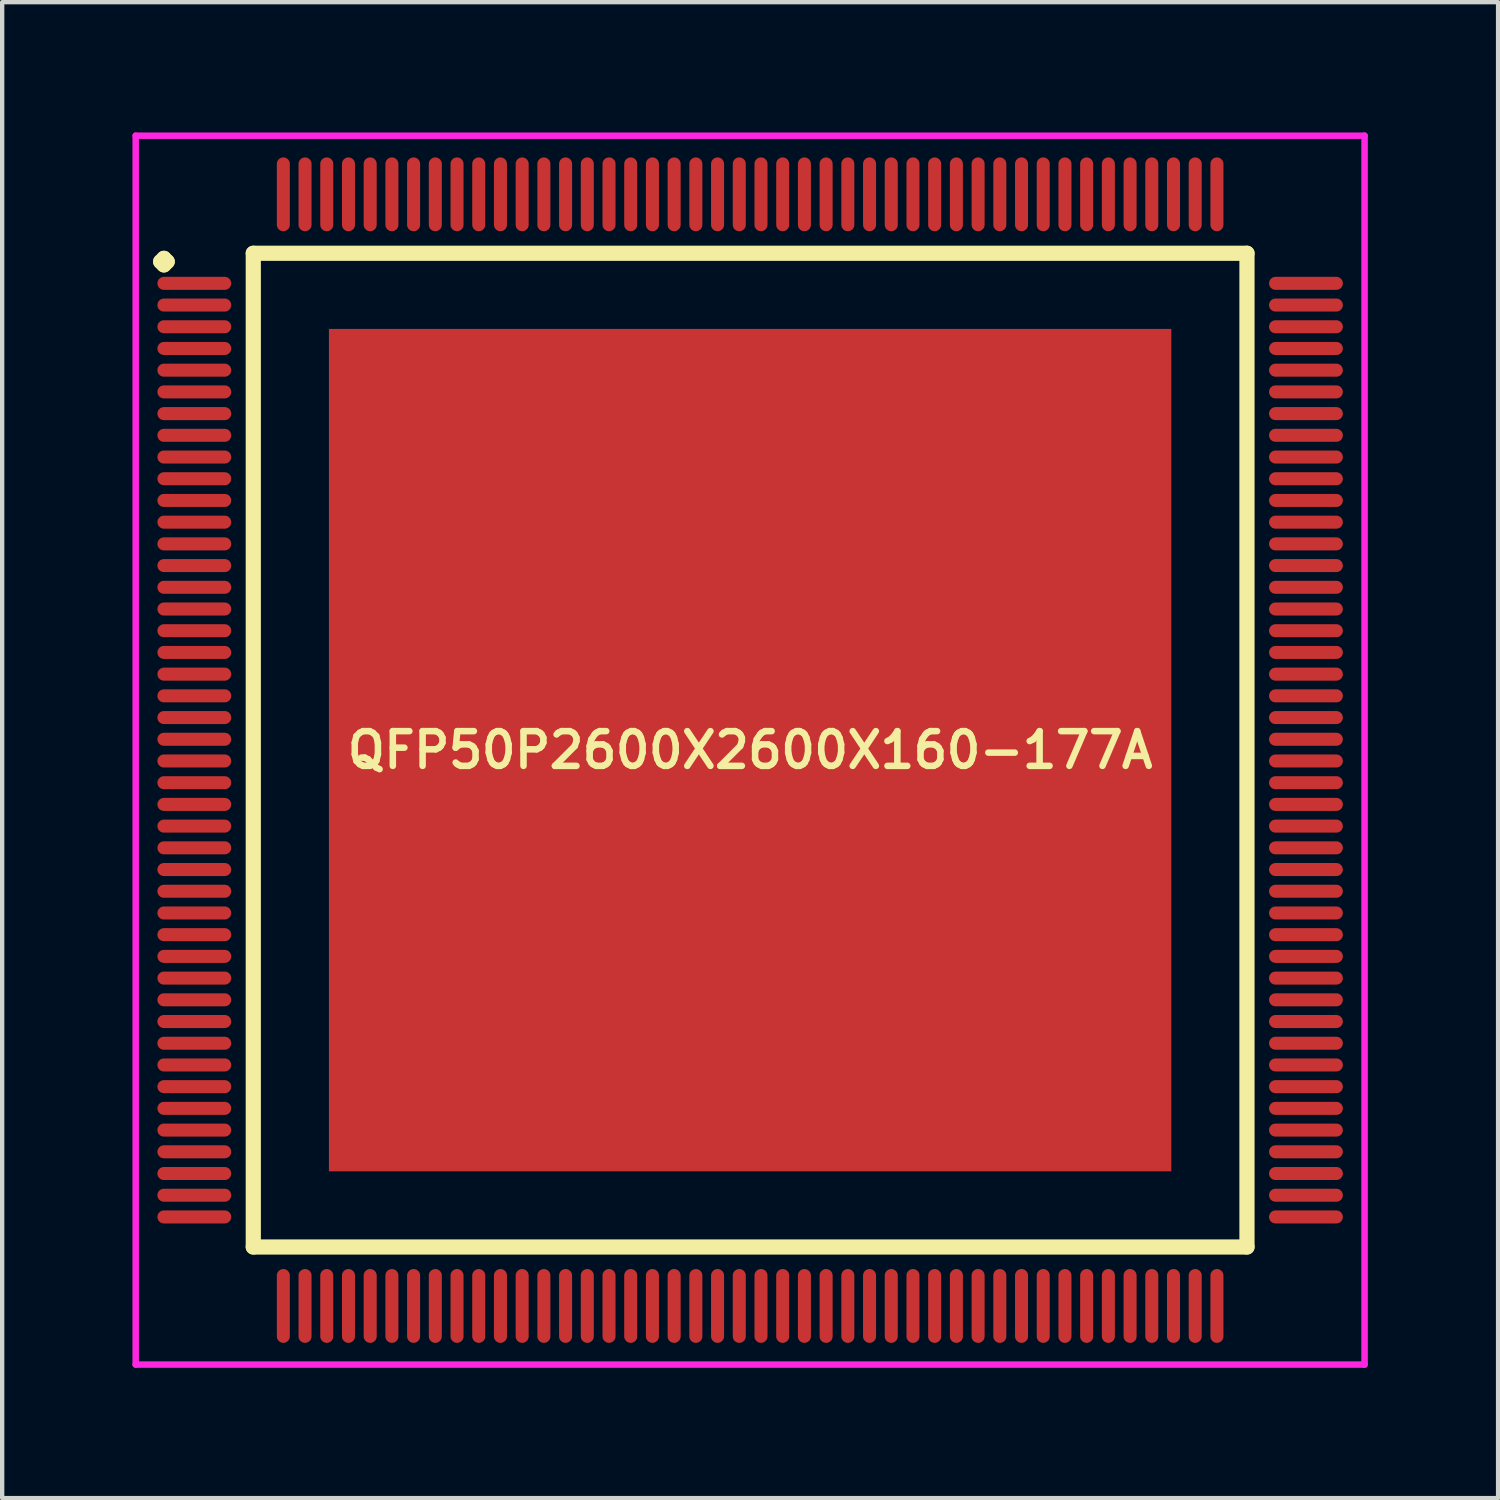
<source format=kicad_pcb>
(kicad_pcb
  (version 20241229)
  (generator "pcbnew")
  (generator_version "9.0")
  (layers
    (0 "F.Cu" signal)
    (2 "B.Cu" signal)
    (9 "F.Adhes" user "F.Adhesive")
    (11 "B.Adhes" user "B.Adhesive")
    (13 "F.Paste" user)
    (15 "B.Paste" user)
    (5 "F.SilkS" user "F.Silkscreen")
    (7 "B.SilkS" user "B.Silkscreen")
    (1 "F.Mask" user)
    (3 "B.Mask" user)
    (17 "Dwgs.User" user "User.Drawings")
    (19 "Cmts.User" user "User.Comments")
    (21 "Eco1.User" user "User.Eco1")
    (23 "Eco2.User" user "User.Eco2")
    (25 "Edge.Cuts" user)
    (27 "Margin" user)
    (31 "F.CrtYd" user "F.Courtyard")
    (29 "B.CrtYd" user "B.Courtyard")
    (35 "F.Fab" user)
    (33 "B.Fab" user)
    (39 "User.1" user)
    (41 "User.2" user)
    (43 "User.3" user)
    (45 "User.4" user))
  (footprint "QFP50P2600X2600X160-177A"
    (layer "F.Cu")
    (at 14.225 14.225)
    (property "Reference" "QFP50P2600X2600X160-177A" (at 0 0 0) (layer "F.SilkS") (effects (font (size 0.8 0.8) (thickness 0.15))))
    (attr through_hole)
    (fp_line (start -13.575 -11.25) (end -13.5 -11.325) (stroke (width 0.35) (type solid)) (layer "F.SilkS"))
    (fp_line (start -13.5 -11.325) (end -13.425 -11.25) (stroke (width 0.35) (type solid)) (layer "F.SilkS"))
    (fp_line (start -13.5 -11.175) (end -13.575 -11.25) (stroke (width 0.35) (type solid)) (layer "F.SilkS"))
    (fp_line (start -13.425 -11.25) (end -13.5 -11.175) (stroke (width 0.35) (type solid)) (layer "F.SilkS"))
    (fp_line (start -11.442 -11.442) (end -11.442 11.442) (stroke (width 0.35) (type solid)) (layer "F.SilkS"))
    (fp_line (start -11.442 11.442) (end 11.442 11.442) (stroke (width 0.35) (type solid)) (layer "F.SilkS"))
    (fp_line (start 11.442 -11.442) (end -11.442 -11.442) (stroke (width 0.35) (type solid)) (layer "F.SilkS"))
    (fp_line (start 11.442 11.442) (end 11.442 -11.442) (stroke (width 0.35) (type solid)) (layer "F.SilkS"))
    (fp_line (start -14.15 -14.15) (end 14.15 -14.15) (stroke (width 0.15) (type solid)) (layer "F.CrtYd"))
    (fp_line (start -14.15 14.15) (end -14.15 -14.15) (stroke (width 0.15) (type solid)) (layer "F.CrtYd"))
    (fp_line (start 14.15 -14.15) (end 14.15 14.15) (stroke (width 0.15) (type solid)) (layer "F.CrtYd"))
    (fp_line (start 14.15 14.15) (end -14.15 14.15) (stroke (width 0.15) (type solid)) (layer "F.CrtYd"))
    (pad "1" smd oval (at -12.8 -10.75) (size 1.7 0.3) (layers "F.Cu" "F.Mask" "F.Paste"))
    (pad "2" smd oval (at -12.8 -10.25) (size 1.7 0.3) (layers "F.Cu" "F.Mask" "F.Paste"))
    (pad "3" smd oval (at -12.8 -9.75) (size 1.7 0.3) (layers "F.Cu" "F.Mask" "F.Paste"))
    (pad "4" smd oval (at -12.8 -9.25) (size 1.7 0.3) (layers "F.Cu" "F.Mask" "F.Paste"))
    (pad "5" smd oval (at -12.8 -8.75) (size 1.7 0.3) (layers "F.Cu" "F.Mask" "F.Paste"))
    (pad "6" smd oval (at -12.8 -8.25) (size 1.7 0.3) (layers "F.Cu" "F.Mask" "F.Paste"))
    (pad "7" smd oval (at -12.8 -7.75) (size 1.7 0.3) (layers "F.Cu" "F.Mask" "F.Paste"))
    (pad "8" smd oval (at -12.8 -7.25) (size 1.7 0.3) (layers "F.Cu" "F.Mask" "F.Paste"))
    (pad "9" smd oval (at -12.8 -6.75) (size 1.7 0.3) (layers "F.Cu" "F.Mask" "F.Paste"))
    (pad "10" smd oval (at -12.8 -6.25) (size 1.7 0.3) (layers "F.Cu" "F.Mask" "F.Paste"))
    (pad "11" smd oval (at -12.8 -5.75) (size 1.7 0.3) (layers "F.Cu" "F.Mask" "F.Paste"))
    (pad "12" smd oval (at -12.8 -5.25) (size 1.7 0.3) (layers "F.Cu" "F.Mask" "F.Paste"))
    (pad "13" smd oval (at -12.8 -4.75) (size 1.7 0.3) (layers "F.Cu" "F.Mask" "F.Paste"))
    (pad "14" smd oval (at -12.8 -4.25) (size 1.7 0.3) (layers "F.Cu" "F.Mask" "F.Paste"))
    (pad "15" smd oval (at -12.8 -3.75) (size 1.7 0.3) (layers "F.Cu" "F.Mask" "F.Paste"))
    (pad "16" smd oval (at -12.8 -3.25) (size 1.7 0.3) (layers "F.Cu" "F.Mask" "F.Paste"))
    (pad "17" smd oval (at -12.8 -2.75) (size 1.7 0.3) (layers "F.Cu" "F.Mask" "F.Paste"))
    (pad "18" smd oval (at -12.8 -2.25) (size 1.7 0.3) (layers "F.Cu" "F.Mask" "F.Paste"))
    (pad "19" smd oval (at -12.8 -1.75) (size 1.7 0.3) (layers "F.Cu" "F.Mask" "F.Paste"))
    (pad "20" smd oval (at -12.8 -1.25) (size 1.7 0.3) (layers "F.Cu" "F.Mask" "F.Paste"))
    (pad "21" smd oval (at -12.8 -0.75) (size 1.7 0.3) (layers "F.Cu" "F.Mask" "F.Paste"))
    (pad "22" smd oval (at -12.8 -0.25) (size 1.7 0.3) (layers "F.Cu" "F.Mask" "F.Paste"))
    (pad "23" smd oval (at -12.8 0.25) (size 1.7 0.3) (layers "F.Cu" "F.Mask" "F.Paste"))
    (pad "24" smd oval (at -12.8 0.75) (size 1.7 0.3) (layers "F.Cu" "F.Mask" "F.Paste"))
    (pad "25" smd oval (at -12.8 1.25) (size 1.7 0.3) (layers "F.Cu" "F.Mask" "F.Paste"))
    (pad "26" smd oval (at -12.8 1.75) (size 1.7 0.3) (layers "F.Cu" "F.Mask" "F.Paste"))
    (pad "27" smd oval (at -12.8 2.25) (size 1.7 0.3) (layers "F.Cu" "F.Mask" "F.Paste"))
    (pad "28" smd oval (at -12.8 2.75) (size 1.7 0.3) (layers "F.Cu" "F.Mask" "F.Paste"))
    (pad "29" smd oval (at -12.8 3.25) (size 1.7 0.3) (layers "F.Cu" "F.Mask" "F.Paste"))
    (pad "30" smd oval (at -12.8 3.75) (size 1.7 0.3) (layers "F.Cu" "F.Mask" "F.Paste"))
    (pad "31" smd oval (at -12.8 4.25) (size 1.7 0.3) (layers "F.Cu" "F.Mask" "F.Paste"))
    (pad "32" smd oval (at -12.8 4.75) (size 1.7 0.3) (layers "F.Cu" "F.Mask" "F.Paste"))
    (pad "33" smd oval (at -12.8 5.25) (size 1.7 0.3) (layers "F.Cu" "F.Mask" "F.Paste"))
    (pad "34" smd oval (at -12.8 5.75) (size 1.7 0.3) (layers "F.Cu" "F.Mask" "F.Paste"))
    (pad "35" smd oval (at -12.8 6.25) (size 1.7 0.3) (layers "F.Cu" "F.Mask" "F.Paste"))
    (pad "36" smd oval (at -12.8 6.75) (size 1.7 0.3) (layers "F.Cu" "F.Mask" "F.Paste"))
    (pad "37" smd oval (at -12.8 7.25) (size 1.7 0.3) (layers "F.Cu" "F.Mask" "F.Paste"))
    (pad "38" smd oval (at -12.8 7.75) (size 1.7 0.3) (layers "F.Cu" "F.Mask" "F.Paste"))
    (pad "39" smd oval (at -12.8 8.25) (size 1.7 0.3) (layers "F.Cu" "F.Mask" "F.Paste"))
    (pad "40" smd oval (at -12.8 8.75) (size 1.7 0.3) (layers "F.Cu" "F.Mask" "F.Paste"))
    (pad "41" smd oval (at -12.8 9.25) (size 1.7 0.3) (layers "F.Cu" "F.Mask" "F.Paste"))
    (pad "42" smd oval (at -12.8 9.75) (size 1.7 0.3) (layers "F.Cu" "F.Mask" "F.Paste"))
    (pad "43" smd oval (at -12.8 10.25) (size 1.7 0.3) (layers "F.Cu" "F.Mask" "F.Paste"))
    (pad "44" smd oval (at -12.8 10.75) (size 1.7 0.3) (layers "F.Cu" "F.Mask" "F.Paste"))
    (pad "45" smd oval (at -10.75 12.8) (size 0.3 1.7) (layers "F.Cu" "F.Mask" "F.Paste"))
    (pad "46" smd oval (at -10.25 12.8) (size 0.3 1.7) (layers "F.Cu" "F.Mask" "F.Paste"))
    (pad "47" smd oval (at -9.75 12.8) (size 0.3 1.7) (layers "F.Cu" "F.Mask" "F.Paste"))
    (pad "48" smd oval (at -9.25 12.8) (size 0.3 1.7) (layers "F.Cu" "F.Mask" "F.Paste"))
    (pad "49" smd oval (at -8.75 12.8) (size 0.3 1.7) (layers "F.Cu" "F.Mask" "F.Paste"))
    (pad "50" smd oval (at -8.25 12.8) (size 0.3 1.7) (layers "F.Cu" "F.Mask" "F.Paste"))
    (pad "51" smd oval (at -7.75 12.8) (size 0.3 1.7) (layers "F.Cu" "F.Mask" "F.Paste"))
    (pad "52" smd oval (at -7.25 12.8) (size 0.3 1.7) (layers "F.Cu" "F.Mask" "F.Paste"))
    (pad "53" smd oval (at -6.75 12.8) (size 0.3 1.7) (layers "F.Cu" "F.Mask" "F.Paste"))
    (pad "54" smd oval (at -6.25 12.8) (size 0.3 1.7) (layers "F.Cu" "F.Mask" "F.Paste"))
    (pad "55" smd oval (at -5.75 12.8) (size 0.3 1.7) (layers "F.Cu" "F.Mask" "F.Paste"))
    (pad "56" smd oval (at -5.25 12.8) (size 0.3 1.7) (layers "F.Cu" "F.Mask" "F.Paste"))
    (pad "57" smd oval (at -4.75 12.8) (size 0.3 1.7) (layers "F.Cu" "F.Mask" "F.Paste"))
    (pad "58" smd oval (at -4.25 12.8) (size 0.3 1.7) (layers "F.Cu" "F.Mask" "F.Paste"))
    (pad "59" smd oval (at -3.75 12.8) (size 0.3 1.7) (layers "F.Cu" "F.Mask" "F.Paste"))
    (pad "60" smd oval (at -3.25 12.8) (size 0.3 1.7) (layers "F.Cu" "F.Mask" "F.Paste"))
    (pad "61" smd oval (at -2.75 12.8) (size 0.3 1.7) (layers "F.Cu" "F.Mask" "F.Paste"))
    (pad "62" smd oval (at -2.25 12.8) (size 0.3 1.7) (layers "F.Cu" "F.Mask" "F.Paste"))
    (pad "63" smd oval (at -1.75 12.8) (size 0.3 1.7) (layers "F.Cu" "F.Mask" "F.Paste"))
    (pad "64" smd oval (at -1.25 12.8) (size 0.3 1.7) (layers "F.Cu" "F.Mask" "F.Paste"))
    (pad "65" smd oval (at -0.75 12.8) (size 0.3 1.7) (layers "F.Cu" "F.Mask" "F.Paste"))
    (pad "66" smd oval (at -0.25 12.8) (size 0.3 1.7) (layers "F.Cu" "F.Mask" "F.Paste"))
    (pad "67" smd oval (at 0.25 12.8) (size 0.3 1.7) (layers "F.Cu" "F.Mask" "F.Paste"))
    (pad "68" smd oval (at 0.75 12.8) (size 0.3 1.7) (layers "F.Cu" "F.Mask" "F.Paste"))
    (pad "69" smd oval (at 1.25 12.8) (size 0.3 1.7) (layers "F.Cu" "F.Mask" "F.Paste"))
    (pad "70" smd oval (at 1.75 12.8) (size 0.3 1.7) (layers "F.Cu" "F.Mask" "F.Paste"))
    (pad "71" smd oval (at 2.25 12.8) (size 0.3 1.7) (layers "F.Cu" "F.Mask" "F.Paste"))
    (pad "72" smd oval (at 2.75 12.8) (size 0.3 1.7) (layers "F.Cu" "F.Mask" "F.Paste"))
    (pad "73" smd oval (at 3.25 12.8) (size 0.3 1.7) (layers "F.Cu" "F.Mask" "F.Paste"))
    (pad "74" smd oval (at 3.75 12.8) (size 0.3 1.7) (layers "F.Cu" "F.Mask" "F.Paste"))
    (pad "75" smd oval (at 4.25 12.8) (size 0.3 1.7) (layers "F.Cu" "F.Mask" "F.Paste"))
    (pad "76" smd oval (at 4.75 12.8) (size 0.3 1.7) (layers "F.Cu" "F.Mask" "F.Paste"))
    (pad "77" smd oval (at 5.25 12.8) (size 0.3 1.7) (layers "F.Cu" "F.Mask" "F.Paste"))
    (pad "78" smd oval (at 5.75 12.8) (size 0.3 1.7) (layers "F.Cu" "F.Mask" "F.Paste"))
    (pad "79" smd oval (at 6.25 12.8) (size 0.3 1.7) (layers "F.Cu" "F.Mask" "F.Paste"))
    (pad "80" smd oval (at 6.75 12.8) (size 0.3 1.7) (layers "F.Cu" "F.Mask" "F.Paste"))
    (pad "81" smd oval (at 7.25 12.8) (size 0.3 1.7) (layers "F.Cu" "F.Mask" "F.Paste"))
    (pad "82" smd oval (at 7.75 12.8) (size 0.3 1.7) (layers "F.Cu" "F.Mask" "F.Paste"))
    (pad "83" smd oval (at 8.25 12.8) (size 0.3 1.7) (layers "F.Cu" "F.Mask" "F.Paste"))
    (pad "84" smd oval (at 8.75 12.8) (size 0.3 1.7) (layers "F.Cu" "F.Mask" "F.Paste"))
    (pad "85" smd oval (at 9.25 12.8) (size 0.3 1.7) (layers "F.Cu" "F.Mask" "F.Paste"))
    (pad "86" smd oval (at 9.75 12.8) (size 0.3 1.7) (layers "F.Cu" "F.Mask" "F.Paste"))
    (pad "87" smd oval (at 10.25 12.8) (size 0.3 1.7) (layers "F.Cu" "F.Mask" "F.Paste"))
    (pad "88" smd oval (at 10.75 12.8) (size 0.3 1.7) (layers "F.Cu" "F.Mask" "F.Paste"))
    (pad "89" smd oval (at 12.8 10.75) (size 1.7 0.3) (layers "F.Cu" "F.Mask" "F.Paste"))
    (pad "90" smd oval (at 12.8 10.25) (size 1.7 0.3) (layers "F.Cu" "F.Mask" "F.Paste"))
    (pad "91" smd oval (at 12.8 9.75) (size 1.7 0.3) (layers "F.Cu" "F.Mask" "F.Paste"))
    (pad "92" smd oval (at 12.8 9.25) (size 1.7 0.3) (layers "F.Cu" "F.Mask" "F.Paste"))
    (pad "93" smd oval (at 12.8 8.75) (size 1.7 0.3) (layers "F.Cu" "F.Mask" "F.Paste"))
    (pad "94" smd oval (at 12.8 8.25) (size 1.7 0.3) (layers "F.Cu" "F.Mask" "F.Paste"))
    (pad "95" smd oval (at 12.8 7.75) (size 1.7 0.3) (layers "F.Cu" "F.Mask" "F.Paste"))
    (pad "96" smd oval (at 12.8 7.25) (size 1.7 0.3) (layers "F.Cu" "F.Mask" "F.Paste"))
    (pad "97" smd oval (at 12.8 6.75) (size 1.7 0.3) (layers "F.Cu" "F.Mask" "F.Paste"))
    (pad "98" smd oval (at 12.8 6.25) (size 1.7 0.3) (layers "F.Cu" "F.Mask" "F.Paste"))
    (pad "99" smd oval (at 12.8 5.75) (size 1.7 0.3) (layers "F.Cu" "F.Mask" "F.Paste"))
    (pad "100" smd oval (at 12.8 5.25) (size 1.7 0.3) (layers "F.Cu" "F.Mask" "F.Paste"))
    (pad "101" smd oval (at 12.8 4.75) (size 1.7 0.3) (layers "F.Cu" "F.Mask" "F.Paste"))
    (pad "102" smd oval (at 12.8 4.25) (size 1.7 0.3) (layers "F.Cu" "F.Mask" "F.Paste"))
    (pad "103" smd oval (at 12.8 3.75) (size 1.7 0.3) (layers "F.Cu" "F.Mask" "F.Paste"))
    (pad "104" smd oval (at 12.8 3.25) (size 1.7 0.3) (layers "F.Cu" "F.Mask" "F.Paste"))
    (pad "105" smd oval (at 12.8 2.75) (size 1.7 0.3) (layers "F.Cu" "F.Mask" "F.Paste"))
    (pad "106" smd oval (at 12.8 2.25) (size 1.7 0.3) (layers "F.Cu" "F.Mask" "F.Paste"))
    (pad "107" smd oval (at 12.8 1.75) (size 1.7 0.3) (layers "F.Cu" "F.Mask" "F.Paste"))
    (pad "108" smd oval (at 12.8 1.25) (size 1.7 0.3) (layers "F.Cu" "F.Mask" "F.Paste"))
    (pad "109" smd oval (at 12.8 0.75) (size 1.7 0.3) (layers "F.Cu" "F.Mask" "F.Paste"))
    (pad "110" smd oval (at 12.8 0.25) (size 1.7 0.3) (layers "F.Cu" "F.Mask" "F.Paste"))
    (pad "111" smd oval (at 12.8 -0.25) (size 1.7 0.3) (layers "F.Cu" "F.Mask" "F.Paste"))
    (pad "112" smd oval (at 12.8 -0.75) (size 1.7 0.3) (layers "F.Cu" "F.Mask" "F.Paste"))
    (pad "113" smd oval (at 12.8 -1.25) (size 1.7 0.3) (layers "F.Cu" "F.Mask" "F.Paste"))
    (pad "114" smd oval (at 12.8 -1.75) (size 1.7 0.3) (layers "F.Cu" "F.Mask" "F.Paste"))
    (pad "115" smd oval (at 12.8 -2.25) (size 1.7 0.3) (layers "F.Cu" "F.Mask" "F.Paste"))
    (pad "116" smd oval (at 12.8 -2.75) (size 1.7 0.3) (layers "F.Cu" "F.Mask" "F.Paste"))
    (pad "117" smd oval (at 12.8 -3.25) (size 1.7 0.3) (layers "F.Cu" "F.Mask" "F.Paste"))
    (pad "118" smd oval (at 12.8 -3.75) (size 1.7 0.3) (layers "F.Cu" "F.Mask" "F.Paste"))
    (pad "119" smd oval (at 12.8 -4.25) (size 1.7 0.3) (layers "F.Cu" "F.Mask" "F.Paste"))
    (pad "120" smd oval (at 12.8 -4.75) (size 1.7 0.3) (layers "F.Cu" "F.Mask" "F.Paste"))
    (pad "121" smd oval (at 12.8 -5.25) (size 1.7 0.3) (layers "F.Cu" "F.Mask" "F.Paste"))
    (pad "122" smd oval (at 12.8 -5.75) (size 1.7 0.3) (layers "F.Cu" "F.Mask" "F.Paste"))
    (pad "123" smd oval (at 12.8 -6.25) (size 1.7 0.3) (layers "F.Cu" "F.Mask" "F.Paste"))
    (pad "124" smd oval (at 12.8 -6.75) (size 1.7 0.3) (layers "F.Cu" "F.Mask" "F.Paste"))
    (pad "125" smd oval (at 12.8 -7.25) (size 1.7 0.3) (layers "F.Cu" "F.Mask" "F.Paste"))
    (pad "126" smd oval (at 12.8 -7.75) (size 1.7 0.3) (layers "F.Cu" "F.Mask" "F.Paste"))
    (pad "127" smd oval (at 12.8 -8.25) (size 1.7 0.3) (layers "F.Cu" "F.Mask" "F.Paste"))
    (pad "128" smd oval (at 12.8 -8.75) (size 1.7 0.3) (layers "F.Cu" "F.Mask" "F.Paste"))
    (pad "129" smd oval (at 12.8 -9.25) (size 1.7 0.3) (layers "F.Cu" "F.Mask" "F.Paste"))
    (pad "130" smd oval (at 12.8 -9.75) (size 1.7 0.3) (layers "F.Cu" "F.Mask" "F.Paste"))
    (pad "131" smd oval (at 12.8 -10.25) (size 1.7 0.3) (layers "F.Cu" "F.Mask" "F.Paste"))
    (pad "132" smd oval (at 12.8 -10.75) (size 1.7 0.3) (layers "F.Cu" "F.Mask" "F.Paste"))
    (pad "133" smd oval (at 10.75 -12.8) (size 0.3 1.7) (layers "F.Cu" "F.Mask" "F.Paste"))
    (pad "134" smd oval (at 10.25 -12.8) (size 0.3 1.7) (layers "F.Cu" "F.Mask" "F.Paste"))
    (pad "135" smd oval (at 9.75 -12.8) (size 0.3 1.7) (layers "F.Cu" "F.Mask" "F.Paste"))
    (pad "136" smd oval (at 9.25 -12.8) (size 0.3 1.7) (layers "F.Cu" "F.Mask" "F.Paste"))
    (pad "137" smd oval (at 8.75 -12.8) (size 0.3 1.7) (layers "F.Cu" "F.Mask" "F.Paste"))
    (pad "138" smd oval (at 8.25 -12.8) (size 0.3 1.7) (layers "F.Cu" "F.Mask" "F.Paste"))
    (pad "139" smd oval (at 7.75 -12.8) (size 0.3 1.7) (layers "F.Cu" "F.Mask" "F.Paste"))
    (pad "140" smd oval (at 7.25 -12.8) (size 0.3 1.7) (layers "F.Cu" "F.Mask" "F.Paste"))
    (pad "141" smd oval (at 6.75 -12.8) (size 0.3 1.7) (layers "F.Cu" "F.Mask" "F.Paste"))
    (pad "142" smd oval (at 6.25 -12.8) (size 0.3 1.7) (layers "F.Cu" "F.Mask" "F.Paste"))
    (pad "143" smd oval (at 5.75 -12.8) (size 0.3 1.7) (layers "F.Cu" "F.Mask" "F.Paste"))
    (pad "144" smd oval (at 5.25 -12.8) (size 0.3 1.7) (layers "F.Cu" "F.Mask" "F.Paste"))
    (pad "145" smd oval (at 4.75 -12.8) (size 0.3 1.7) (layers "F.Cu" "F.Mask" "F.Paste"))
    (pad "146" smd oval (at 4.25 -12.8) (size 0.3 1.7) (layers "F.Cu" "F.Mask" "F.Paste"))
    (pad "147" smd oval (at 3.75 -12.8) (size 0.3 1.7) (layers "F.Cu" "F.Mask" "F.Paste"))
    (pad "148" smd oval (at 3.25 -12.8) (size 0.3 1.7) (layers "F.Cu" "F.Mask" "F.Paste"))
    (pad "149" smd oval (at 2.75 -12.8) (size 0.3 1.7) (layers "F.Cu" "F.Mask" "F.Paste"))
    (pad "150" smd oval (at 2.25 -12.8) (size 0.3 1.7) (layers "F.Cu" "F.Mask" "F.Paste"))
    (pad "151" smd oval (at 1.75 -12.8) (size 0.3 1.7) (layers "F.Cu" "F.Mask" "F.Paste"))
    (pad "152" smd oval (at 1.25 -12.8) (size 0.3 1.7) (layers "F.Cu" "F.Mask" "F.Paste"))
    (pad "153" smd oval (at 0.75 -12.8) (size 0.3 1.7) (layers "F.Cu" "F.Mask" "F.Paste"))
    (pad "154" smd oval (at 0.25 -12.8) (size 0.3 1.7) (layers "F.Cu" "F.Mask" "F.Paste"))
    (pad "155" smd oval (at -0.25 -12.8) (size 0.3 1.7) (layers "F.Cu" "F.Mask" "F.Paste"))
    (pad "156" smd oval (at -0.75 -12.8) (size 0.3 1.7) (layers "F.Cu" "F.Mask" "F.Paste"))
    (pad "157" smd oval (at -1.25 -12.8) (size 0.3 1.7) (layers "F.Cu" "F.Mask" "F.Paste"))
    (pad "158" smd oval (at -1.75 -12.8) (size 0.3 1.7) (layers "F.Cu" "F.Mask" "F.Paste"))
    (pad "159" smd oval (at -2.25 -12.8) (size 0.3 1.7) (layers "F.Cu" "F.Mask" "F.Paste"))
    (pad "160" smd oval (at -2.75 -12.8) (size 0.3 1.7) (layers "F.Cu" "F.Mask" "F.Paste"))
    (pad "161" smd oval (at -3.25 -12.8) (size 0.3 1.7) (layers "F.Cu" "F.Mask" "F.Paste"))
    (pad "162" smd oval (at -3.75 -12.8) (size 0.3 1.7) (layers "F.Cu" "F.Mask" "F.Paste"))
    (pad "163" smd oval (at -4.25 -12.8) (size 0.3 1.7) (layers "F.Cu" "F.Mask" "F.Paste"))
    (pad "164" smd oval (at -4.75 -12.8) (size 0.3 1.7) (layers "F.Cu" "F.Mask" "F.Paste"))
    (pad "165" smd oval (at -5.25 -12.8) (size 0.3 1.7) (layers "F.Cu" "F.Mask" "F.Paste"))
    (pad "166" smd oval (at -5.75 -12.8) (size 0.3 1.7) (layers "F.Cu" "F.Mask" "F.Paste"))
    (pad "167" smd oval (at -6.25 -12.8) (size 0.3 1.7) (layers "F.Cu" "F.Mask" "F.Paste"))
    (pad "168" smd oval (at -6.75 -12.8) (size 0.3 1.7) (layers "F.Cu" "F.Mask" "F.Paste"))
    (pad "169" smd oval (at -7.25 -12.8) (size 0.3 1.7) (layers "F.Cu" "F.Mask" "F.Paste"))
    (pad "170" smd oval (at -7.75 -12.8) (size 0.3 1.7) (layers "F.Cu" "F.Mask" "F.Paste"))
    (pad "171" smd oval (at -8.25 -12.8) (size 0.3 1.7) (layers "F.Cu" "F.Mask" "F.Paste"))
    (pad "172" smd oval (at -8.75 -12.8) (size 0.3 1.7) (layers "F.Cu" "F.Mask" "F.Paste"))
    (pad "173" smd oval (at -9.25 -12.8) (size 0.3 1.7) (layers "F.Cu" "F.Mask" "F.Paste"))
    (pad "174" smd oval (at -9.75 -12.8) (size 0.3 1.7) (layers "F.Cu" "F.Mask" "F.Paste"))
    (pad "175" smd oval (at -10.25 -12.8) (size 0.3 1.7) (layers "F.Cu" "F.Mask" "F.Paste"))
    (pad "176" smd oval (at -10.75 -12.8) (size 0.3 1.7) (layers "F.Cu" "F.Mask" "F.Paste"))
    (pad "177" smd rect (at 0 0) (size 19.4 19.4) (layers "F.Cu" "F.Mask" "F.Paste")))
  (gr_rect
    (start -3 -3)
    (end 31.45 31.45)
    (stroke (width 0.1) (type default))
    (fill no)
    (layer "Edge.Cuts")))
</source>
